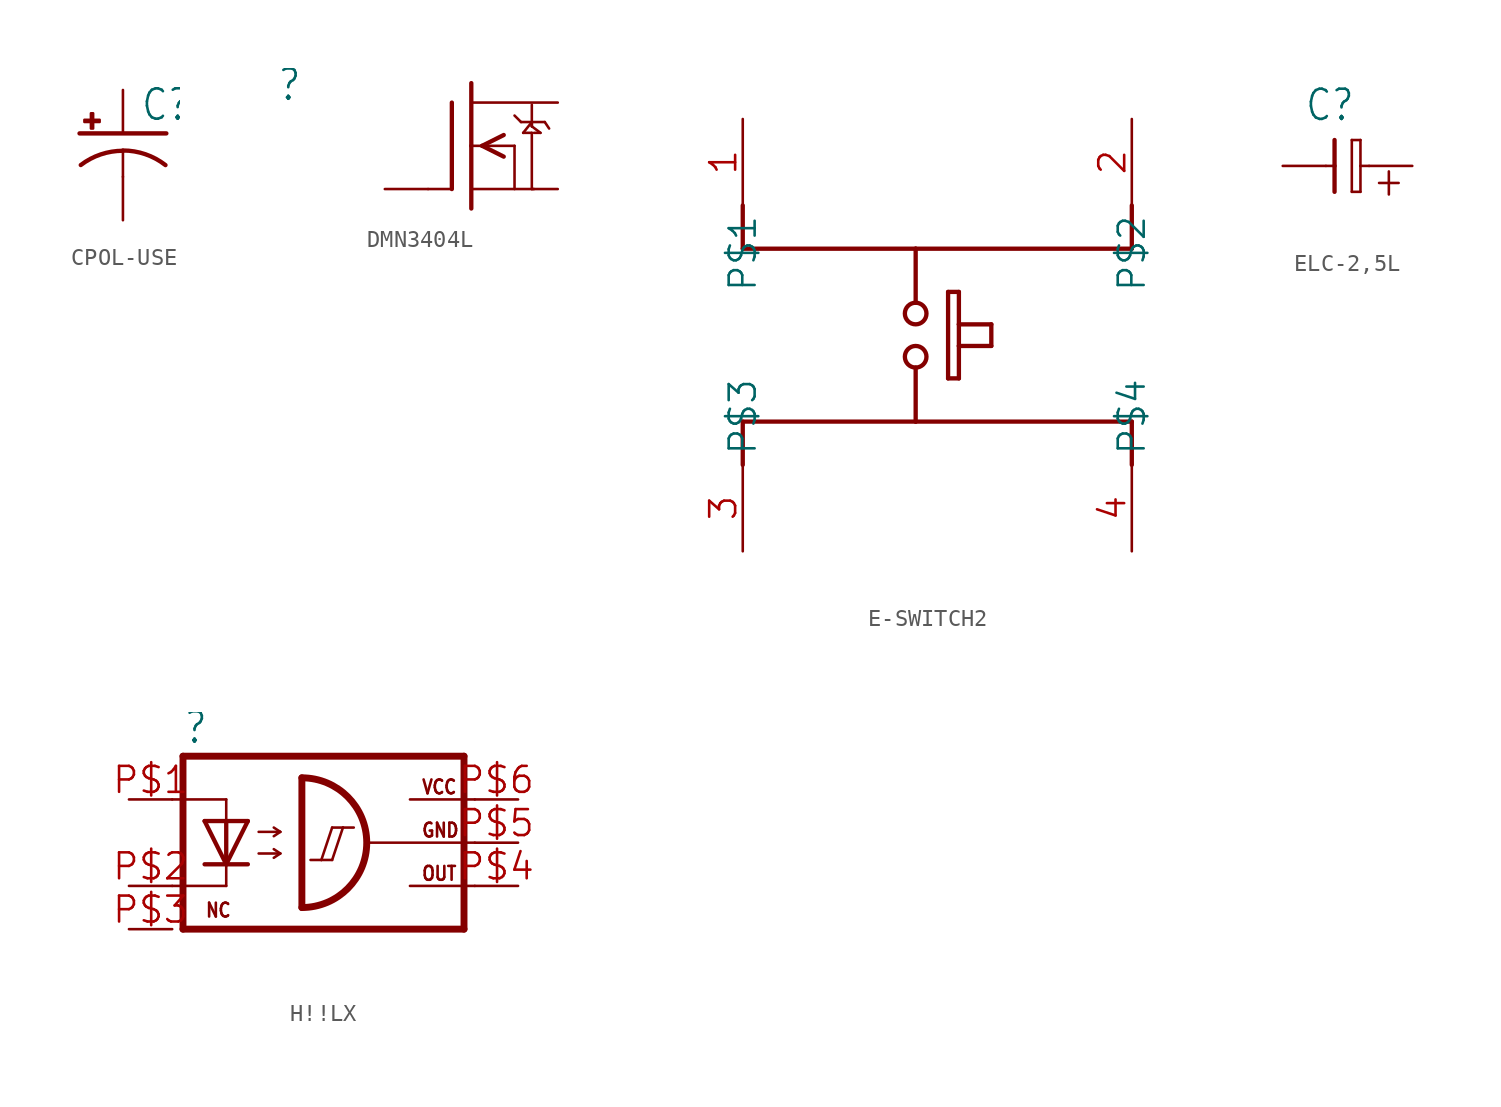
<source format=kicad_sym>
(kicad_symbol_lib
  (version 20241209)
  (generator "kicad_symbol_editor")
  (generator_version "9.0")
  (symbol "CPOL-USE"
    (property "Reference" "C"
      (at 1.016 0.635 0)
      (effects (font (size 1.778 1.511)) (justify left bottom)))
    (property "Value" ""
      (at 1.016 -4.191 0)
      (effects (font (size 1.778 1.511)) (justify left bottom)))
    (property "ki_locked" ""
      (at 0 0 0)
      (effects (font (size 1.27 1.27))))
    (symbol "CPOL-USE_1_0"
      (polyline (pts (xy -2.54 0) (xy 2.54 0)) (stroke (width 0.254) (type solid)) (fill (type none)))
      (rectangle (start -2.253 0.668) (end -1.364 0.795) (stroke (width 0) (type default)) (fill (type outline)))
      (rectangle (start -1.872 0.287) (end -1.745 1.176) (stroke (width 0) (type default)) (fill (type outline)))
      (arc (start -2.4669 -1.8504) (mid -1.3021 -1.2303) (end 0 -1.0161) (stroke (width 0.254) (type solid)) (fill (type none)))
      (polyline (pts (xy 0 -1.016) (xy 0 -2.54)) (stroke (width 0.152) (type solid)) (fill (type none)))
      (arc (start 0 -1) (mid 1.3158 -1.2195) (end 2.4892 -1.8541) (stroke (width 0.254) (type solid)) (fill (type none)))
      (pin passive line (at 0 2.54 270) (length 2.54) (name "+" (effects (font (size 0 0)))) (number "+" (effects (font (size 0 0)))))
      (pin passive line (at 0 -5.08 90) (length 2.54) (name "-" (effects (font (size 0 0)))) (number "-" (effects (font (size 0 0)))))))
  (symbol "DMN3404L"
    (property "Reference" ""
      (at -13.97 2.54 0)
      (effects (font (size 1.778 1.511)) (justify left bottom)))
    (property "Value" ""
      (at -13.97 0 0)
      (effects (font (size 1.778 1.511)) (justify left bottom)))
    (property "ki_locked" ""
      (at 0 0 0)
      (effects (font (size 1.27 1.27))))
    (symbol "DMN3404L_1_0"
      (polyline (pts (xy -5.08 -2.54) (xy -3.759 -2.54)) (stroke (width 0.152) (type solid)) (fill (type none)))
      (polyline (pts (xy -3.683 2.54) (xy -3.683 -2.54)) (stroke (width 0.254) (type solid)) (fill (type none)))
      (polyline (pts (xy -2.54 3.683) (xy -2.54 0)) (stroke (width 0.254) (type solid)) (fill (type none)))
      (polyline (pts (xy -2.54 0) (xy -2.54 -3.683)) (stroke (width 0.254) (type solid)) (fill (type none)))
      (polyline (pts (xy -2.54 0) (xy 0 0)) (stroke (width 0.152) (type solid)) (fill (type none)))
      (polyline (pts (xy -0.635 0.635) (xy -1.905 0)) (stroke (width 0.254) (type solid)) (fill (type none)))
      (polyline (pts (xy -0.635 -0.635) (xy -1.905 0)) (stroke (width 0.254) (type solid)) (fill (type none)))
      (polyline (pts (xy 0 0) (xy 0 -2.54)) (stroke (width 0.152) (type solid)) (fill (type none)))
      (polyline (pts (xy 0.381 1.397) (xy 0 1.778)) (stroke (width 0.152) (type solid)) (fill (type none)))
      (polyline (pts (xy 0.381 1.397) (xy 1.778 1.397)) (stroke (width 0.152) (type solid)) (fill (type none)))
      (polyline (pts (xy 0.508 0.762) (xy 1.016 1.397)) (stroke (width 0.152) (type solid)) (fill (type none)))
      (polyline (pts (xy 1.016 1.397) (xy 1.016 1.143)) (stroke (width 0.152) (type solid)) (fill (type none)))
      (polyline (pts (xy 1.016 1.143) (xy 1.016 2.413)) (stroke (width 0.152) (type solid)) (fill (type none)))
      (polyline (pts (xy 1.016 1.143) (xy 1.524 0.762)) (stroke (width 0.152) (type solid)) (fill (type none)))
      (polyline (pts (xy 1.016 0.762) (xy 0.508 0.762)) (stroke (width 0.152) (type solid)) (fill (type none)))
      (polyline (pts (xy 1.016 -2.54) (xy 1.016 0.762)) (stroke (width 0.152) (type solid)) (fill (type none)))
      (polyline (pts (xy 1.143 -2.54) (xy 1.016 -2.54)) (stroke (width 0.152) (type solid)) (fill (type none)))
      (polyline (pts (xy 1.524 0.762) (xy 1.143 0.762)) (stroke (width 0.152) (type solid)) (fill (type none)))
      (polyline (pts (xy 1.778 1.397) (xy 2.032 1.016)) (stroke (width 0.152) (type solid)) (fill (type none)))
      (pin passive line (at -7.62 -2.54 0) (length 2.54) (name "G" (effects (font (size 0 0)))) (number "1" (effects (font (size 0 0)))))
      (pin passive line (at 2.54 2.54 180) (length 5.08) (name "D" (effects (font (size 0 0)))) (number "3" (effects (font (size 0 0)))))
      (pin passive line (at 2.54 -2.54 180) (length 5.08) (name "S" (effects (font (size 0 0)))) (number "2" (effects (font (size 0 0)))))))
  (symbol "E-SWITCH2"
    (property "Reference" ""
      (at 0 0 0)
      (effects (font (size 1.27 1.27)) (hide yes)))
    (property "ki_locked" ""
      (at 0 0 0)
      (effects (font (size 1.27 1.27))))
    (symbol "E-SWITCH2_1_0"
      (polyline (pts (xy -10.16 5.08) (xy -10.16 7.62)) (stroke (width 0.254) (type solid)) (fill (type none)))
      (polyline (pts (xy -10.16 -5.08) (xy 0 -5.08)) (stroke (width 0.254) (type solid)) (fill (type none)))
      (polyline (pts (xy -10.16 -7.62) (xy -10.16 -5.08)) (stroke (width 0.254) (type solid)) (fill (type none)))
      (polyline (pts (xy 0 5.08) (xy -10.16 5.08)) (stroke (width 0.254) (type solid)) (fill (type none)))
      (polyline (pts (xy 0 1.905) (xy 0 5.08)) (stroke (width 0.254) (type solid)) (fill (type none)))
      (circle (center 0 1.27) (radius 0.635) (stroke (width 0.254) (type solid)) (fill (type none)))
      (circle (center 0 -1.27) (radius 0.635) (stroke (width 0.254) (type solid)) (fill (type none)))
      (polyline (pts (xy 0 -1.905) (xy 0 -5.08)) (stroke (width 0.254) (type solid)) (fill (type none)))
      (polyline (pts (xy 0 -5.08) (xy 12.7 -5.08)) (stroke (width 0.254) (type solid)) (fill (type none)))
      (polyline (pts (xy 1.905 2.54) (xy 1.905 -2.54)) (stroke (width 0.254) (type solid)) (fill (type none)))
      (polyline (pts (xy 1.905 2.54) (xy 2.54 2.54)) (stroke (width 0.254) (type solid)) (fill (type none)))
      (polyline (pts (xy 1.905 -2.54) (xy 2.54 -2.54)) (stroke (width 0.254) (type solid)) (fill (type none)))
      (polyline (pts (xy 2.54 0.635) (xy 2.54 2.54)) (stroke (width 0.254) (type solid)) (fill (type none)))
      (polyline (pts (xy 2.54 0.635) (xy 4.445 0.635)) (stroke (width 0.254) (type solid)) (fill (type none)))
      (polyline (pts (xy 2.54 -0.635) (xy 2.54 0.635)) (stroke (width 0.254) (type solid)) (fill (type none)))
      (polyline (pts (xy 2.54 -2.54) (xy 2.54 -0.635)) (stroke (width 0.254) (type solid)) (fill (type none)))
      (polyline (pts (xy 4.445 0.635) (xy 4.445 -0.635)) (stroke (width 0.254) (type solid)) (fill (type none)))
      (polyline (pts (xy 4.445 -0.635) (xy 2.54 -0.635)) (stroke (width 0.254) (type solid)) (fill (type none)))
      (polyline (pts (xy 12.7 7.62) (xy 12.7 5.08)) (stroke (width 0.254) (type solid)) (fill (type none)))
      (polyline (pts (xy 12.7 5.08) (xy 0 5.08)) (stroke (width 0.254) (type solid)) (fill (type none)))
      (polyline (pts (xy 12.7 -5.08) (xy 12.7 -7.62)) (stroke (width 0.254) (type solid)) (fill (type none)))
      (pin bidirectional line (at -10.16 12.7 270) (length 5.08) (name "P$1" (effects (font (size 1.524 1.524)))) (number "1" (effects (font (size 1.524 1.524)))))
      (pin bidirectional line (at -10.16 -12.7 90) (length 5.08) (name "P$3" (effects (font (size 1.524 1.524)))) (number "3" (effects (font (size 1.524 1.524)))))
      (pin bidirectional line (at 12.7 12.7 270) (length 5.08) (name "P$2" (effects (font (size 1.524 1.524)))) (number "2" (effects (font (size 1.524 1.524)))))
      (pin bidirectional line (at 12.7 -12.7 90) (length 5.08) (name "P$4" (effects (font (size 1.524 1.524)))) (number "4" (effects (font (size 1.524 1.524)))))))
  (symbol "ELC-2,5L"
    (property "Reference" "C"
      (at -3.81 2.54 0)
      (effects (font (size 1.778 1.511)) (justify left bottom)))
    (property "Value" ""
      (at -3.81 -3.81 0)
      (effects (font (size 1.778 1.511)) (justify left bottom)))
    (property "ki_locked" ""
      (at 0 0 0)
      (effects (font (size 1.27 1.27))))
    (symbol "ELC-2,5L_1_0"
      (polyline (pts (xy -2.54 0) (xy -2.032 0)) (stroke (width 0.152) (type solid)) (fill (type none)))
      (polyline (pts (xy -2.032 1.524) (xy -2.032 0)) (stroke (width 0.254) (type solid)) (fill (type none)))
      (polyline (pts (xy -2.032 0) (xy -2.032 -1.524)) (stroke (width 0.254) (type solid)) (fill (type none)))
      (polyline (pts (xy -1.016 1.524) (xy -1.016 -1.524)) (stroke (width 0.152) (type solid)) (fill (type none)))
      (polyline (pts (xy -1.016 -1.524) (xy -0.508 -1.524)) (stroke (width 0.152) (type solid)) (fill (type none)))
      (polyline (pts (xy -0.508 1.524) (xy -1.016 1.524)) (stroke (width 0.152) (type solid)) (fill (type none)))
      (polyline (pts (xy -0.508 1.524) (xy -0.508 0)) (stroke (width 0.152) (type solid)) (fill (type none)))
      (polyline (pts (xy -0.508 0) (xy -0.508 -1.524)) (stroke (width 0.152) (type solid)) (fill (type none)))
      (polyline (pts (xy 0 0) (xy -0.508 0)) (stroke (width 0.152) (type solid)) (fill (type none)))
      (text "+" (at 0.127 -1.905 0) (effects (font (size 1.778 1.511)) (justify left bottom)))
      (pin passive line (at -5.08 0 0) (length 2.54) (name "2" (effects (font (size 0 0)))) (number "2" (effects (font (size 0 0)))))
      (pin passive line (at 2.54 0 180) (length 2.54) (name "1" (effects (font (size 0 0)))) (number "1" (effects (font (size 0 0)))))))
  (symbol "H!!LX"
    (property "Reference" ""
      (at -4.445 5.715 0)
      (effects (font (size 1.778 1.511)) (justify left bottom)))
    (property "Value" ""
      (at -4.445 -7.62 0)
      (effects (font (size 1.778 1.511)) (justify left bottom)))
    (property "ki_locked" ""
      (at 0 0 0)
      (effects (font (size 1.27 1.27))))
    (symbol "H!!LX_1_0"
      (polyline (pts (xy -5.08 2.54) (xy -1.905 2.54)) (stroke (width 0.152) (type solid)) (fill (type none)))
      (polyline (pts (xy -5.08 -2.54) (xy -1.905 -2.54)) (stroke (width 0.152) (type solid)) (fill (type none)))
      (polyline (pts (xy -4.445 5.08) (xy -4.445 -5.08)) (stroke (width 0.406) (type solid)) (fill (type none)))
      (polyline (pts (xy -1.905 1.27) (xy -3.175 1.27)) (stroke (width 0.254) (type solid)) (fill (type none)))
      (polyline (pts (xy -1.905 1.27) (xy -1.905 2.54)) (stroke (width 0.152) (type solid)) (fill (type none)))
      (polyline (pts (xy -1.905 1.27) (xy -1.905 -1.27)) (stroke (width 0.254) (type solid)) (fill (type none)))
      (polyline (pts (xy -1.905 -1.27) (xy -3.175 1.27)) (stroke (width 0.254) (type solid)) (fill (type none)))
      (polyline (pts (xy -1.905 -1.27) (xy -3.175 -1.27)) (stroke (width 0.254) (type solid)) (fill (type none)))
      (polyline (pts (xy -1.905 -2.54) (xy -1.905 -1.27)) (stroke (width 0.152) (type solid)) (fill (type none)))
      (polyline (pts (xy -0.635 1.27) (xy -1.905 1.27)) (stroke (width 0.254) (type solid)) (fill (type none)))
      (polyline (pts (xy -0.635 1.27) (xy -1.905 -1.27)) (stroke (width 0.254) (type solid)) (fill (type none)))
      (polyline (pts (xy -0.635 -1.27) (xy -1.905 -1.27)) (stroke (width 0.254) (type solid)) (fill (type none)))
      (polyline (pts (xy 0 0.635) (xy 1.27 0.635)) (stroke (width 0.152) (type solid)) (fill (type none)))
      (polyline (pts (xy 0 -0.635) (xy 1.27 -0.635)) (stroke (width 0.152) (type solid)) (fill (type none)))
      (polyline (pts (xy 1.27 0.635) (xy 0.889 0.889)) (stroke (width 0.152) (type solid)) (fill (type none)))
      (polyline (pts (xy 1.27 0.635) (xy 0.889 0.381)) (stroke (width 0.152) (type solid)) (fill (type none)))
      (polyline (pts (xy 1.27 -0.635) (xy 0.889 -0.381)) (stroke (width 0.152) (type solid)) (fill (type none)))
      (polyline (pts (xy 1.27 -0.635) (xy 0.889 -0.889)) (stroke (width 0.152) (type solid)) (fill (type none)))
      (arc (start 2.54 3.81) (mid 6.3499 -0.0001) (end 2.5398 -3.81) (stroke (width 0.4064) (type solid)) (fill (type none)))
      (polyline (pts (xy 2.54 3.81) (xy 2.54 -3.81)) (stroke (width 0.406) (type solid)) (fill (type none)))
      (polyline (pts (xy 3.048 -1.016) (xy 3.683 -1.016)) (stroke (width 0.152) (type solid)) (fill (type none)))
      (polyline (pts (xy 3.683 -1.016) (xy 4.318 0.889)) (stroke (width 0.152) (type solid)) (fill (type none)))
      (polyline (pts (xy 3.683 -1.016) (xy 4.318 -1.016)) (stroke (width 0.152) (type solid)) (fill (type none)))
      (polyline (pts (xy 4.318 0.889) (xy 4.953 0.889)) (stroke (width 0.152) (type solid)) (fill (type none)))
      (polyline (pts (xy 4.318 -1.016) (xy 4.953 0.889)) (stroke (width 0.152) (type solid)) (fill (type none)))
      (polyline (pts (xy 4.953 0.889) (xy 5.588 0.889)) (stroke (width 0.152) (type solid)) (fill (type none)))
      (polyline (pts (xy 6.477 0) (xy 12.7 0)) (stroke (width 0.152) (type solid)) (fill (type none)))
      (polyline (pts (xy 8.89 2.54) (xy 12.7 2.54)) (stroke (width 0.152) (type solid)) (fill (type none)))
      (polyline (pts (xy 8.89 -2.54) (xy 12.7 -2.54)) (stroke (width 0.152) (type solid)) (fill (type none)))
      (polyline (pts (xy 12.065 5.08) (xy -4.445 5.08)) (stroke (width 0.406) (type solid)) (fill (type none)))
      (polyline (pts (xy 12.065 5.08) (xy 12.065 -5.08)) (stroke (width 0.406) (type solid)) (fill (type none)))
      (polyline (pts (xy 12.065 -5.08) (xy -4.445 -5.08)) (stroke (width 0.406) (type solid)) (fill (type none)))
      (text "NC" (at -3.175 -4.445 0) (effects (font (size 0.813 0.691)) (justify left bottom)))
      (text "VCC" (at 9.525 2.794 0) (effects (font (size 0.813 0.691)) (justify left bottom)))
      (text "GND" (at 9.525 0.254 0) (effects (font (size 0.813 0.691)) (justify left bottom)))
      (text "OUT" (at 9.525 -2.286 0) (effects (font (size 0.813 0.691)) (justify left bottom)))
      (pin passive line (at -7.62 2.54 0) (length 2.54) (name "A" (effects (font (size 0 0)))) (number "P$1" (effects (font (size 1.524 1.524)))))
      (pin passive line (at -7.62 -2.54 0) (length 2.54) (name "C" (effects (font (size 0 0)))) (number "P$2" (effects (font (size 1.524 1.524)))))
      (pin passive line (at -7.62 -5.08 0) (length 2.54) (name "NC" (effects (font (size 0 0)))) (number "P$3" (effects (font (size 1.524 1.524)))))
      (pin passive line (at 15.24 2.54 180) (length 2.54) (name "VCC" (effects (font (size 0 0)))) (number "P$6" (effects (font (size 1.524 1.524)))))
      (pin passive line (at 15.24 0 180) (length 2.54) (name "GND" (effects (font (size 0 0)))) (number "P$5" (effects (font (size 1.524 1.524)))))
      (pin passive line (at 15.24 -2.54 180) (length 2.54) (name "OUT" (effects (font (size 0 0)))) (number "P$4" (effects (font (size 1.524 1.524))))))))
</source>
